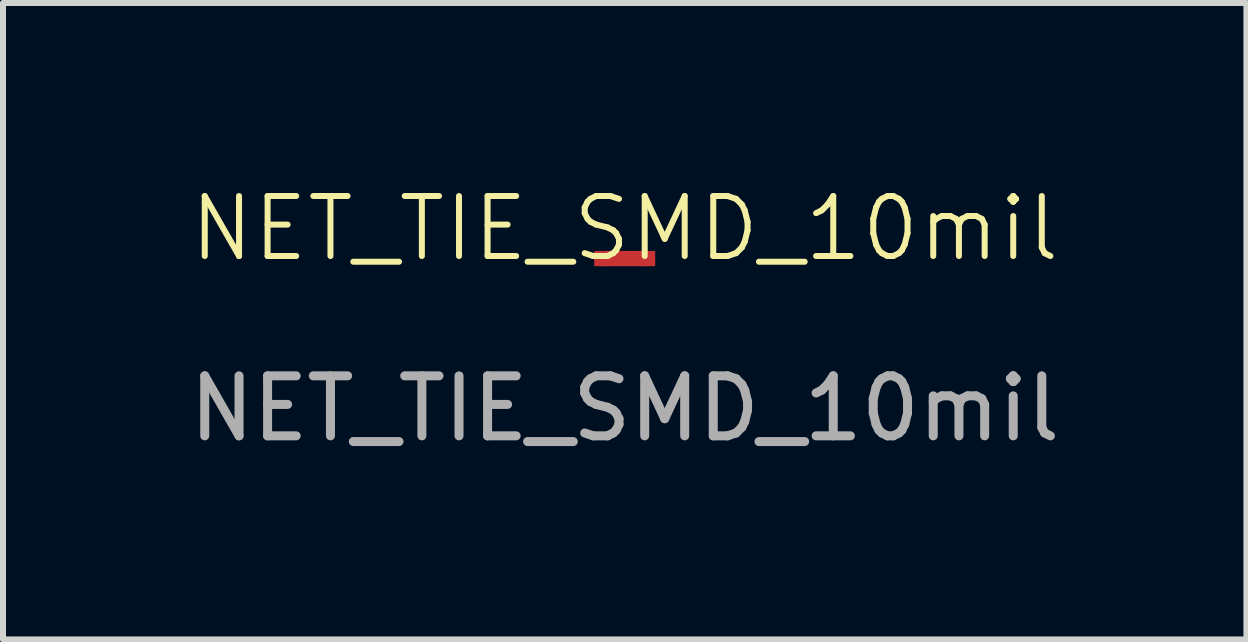
<source format=kicad_pcb>
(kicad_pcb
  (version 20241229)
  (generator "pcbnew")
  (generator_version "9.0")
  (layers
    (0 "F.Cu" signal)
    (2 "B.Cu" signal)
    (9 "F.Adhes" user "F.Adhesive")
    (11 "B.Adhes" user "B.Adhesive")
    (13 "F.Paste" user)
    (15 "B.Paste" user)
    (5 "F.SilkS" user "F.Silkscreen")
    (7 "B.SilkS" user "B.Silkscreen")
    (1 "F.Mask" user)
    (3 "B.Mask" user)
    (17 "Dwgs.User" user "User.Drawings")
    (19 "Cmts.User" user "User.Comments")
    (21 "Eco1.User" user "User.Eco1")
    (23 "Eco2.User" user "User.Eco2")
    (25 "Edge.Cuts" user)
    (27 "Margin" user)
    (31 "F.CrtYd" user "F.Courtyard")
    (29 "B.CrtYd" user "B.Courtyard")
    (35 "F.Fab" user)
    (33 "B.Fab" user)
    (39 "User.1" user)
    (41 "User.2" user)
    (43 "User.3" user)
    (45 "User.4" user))
  (footprint "NET_TIE_SMD_10mil"
    (layer "F.Cu")
    (at 7.363 1.26)
    (property "Reference" "NET_TIE_SMD_10mil" (at 0 -0.5 0) (unlocked yes) (layer "F.SilkS") (effects (font (size 1 1) (thickness 0.1))))
    (attr smd)
    (fp_line (start -0.381 0) (end 0.381 0) (stroke (width 0.254) (type default)) (layer "F.Cu"))
    (fp_text user "${REFERENCE}" (at 0 2.5 0) (unlocked yes) (layer "F.Fab") (effects (font (size 1 1) (thickness 0.15))))
    (pad "1" smd rect (at -0.381 0) (size 0.254 0.254) (layers "F.Cu"))
    (pad "2" smd rect (at 0.381 0) (size 0.254 0.254) (layers "F.Cu")))
  (gr_rect
    (start -3 -3)
    (end 17.726 7.609)
    (stroke (width 0.1) (type default))
    (fill no)
    (layer "Edge.Cuts")))
</source>
